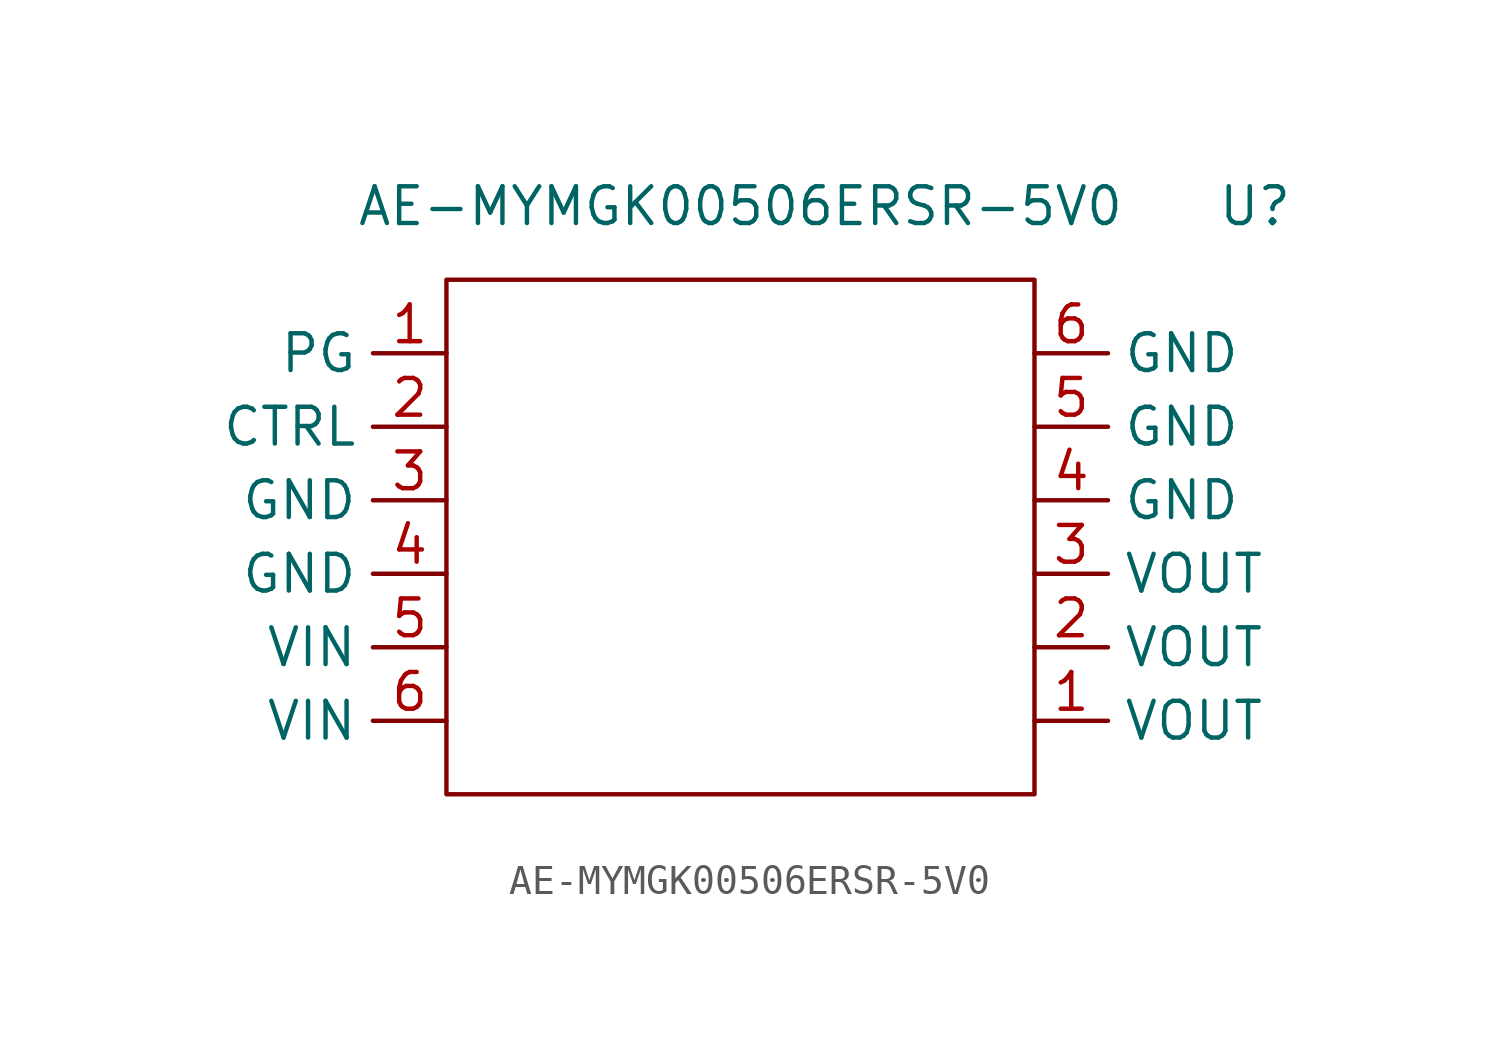
<source format=kicad_sym>
(kicad_symbol_lib
  (version 20211014)
  (generator kicad_symbol_editor)
  (symbol "AE-MYMGK00506ERSR-5V0"
    (property "Reference" "U"
      (at 17.78 15.24 0)
      (effects (font (size 1.27 1.27))))
    (property "Value" "AE-MYMGK00506ERSR-5V0"
      (at 0 15.24 0)
      (effects (font (size 1.27 1.27))))
    (symbol "AE-MYMGK00506ERSR-5V0_0_1"
      (rectangle (start -10.16 12.7) (end 10.16 -5.08) (stroke (width 0) (type default) (color 0 0 0 0)) (fill (type none))))
    (symbol "AE-MYMGK00506ERSR-5V0_1_1"
      (pin input line (at -10.16 10.16 180) (length 2.54) (name "PG" (effects (font (size 1.27 1.27)))) (number "1" (effects (font (size 1.27 1.27)))))
      (pin power_out line (at 10.16 -2.54 0) (length 2.54) (name "VOUT" (effects (font (size 1.27 1.27)))) (number "1" (effects (font (size 1.27 1.27)))))
      (pin input line (at -10.16 7.62 180) (length 2.54) (name "CTRL" (effects (font (size 1.27 1.27)))) (number "2" (effects (font (size 1.27 1.27)))))
      (pin power_out line (at 10.16 0 0) (length 2.54) (name "VOUT" (effects (font (size 1.27 1.27)))) (number "2" (effects (font (size 1.27 1.27)))))
      (pin power_in line (at -10.16 5.08 180) (length 2.54) (name "GND" (effects (font (size 1.27 1.27)))) (number "3" (effects (font (size 1.27 1.27)))))
      (pin power_out line (at 10.16 2.54 0) (length 2.54) (name "VOUT" (effects (font (size 1.27 1.27)))) (number "3" (effects (font (size 1.27 1.27)))))
      (pin power_in line (at -10.16 2.54 180) (length 2.54) (name "GND" (effects (font (size 1.27 1.27)))) (number "4" (effects (font (size 1.27 1.27)))))
      (pin power_in line (at 10.16 5.08 0) (length 2.54) (name "GND" (effects (font (size 1.27 1.27)))) (number "4" (effects (font (size 1.27 1.27)))))
      (pin power_in line (at 10.16 7.62 0) (length 2.54) (name "GND" (effects (font (size 1.27 1.27)))) (number "5" (effects (font (size 1.27 1.27)))))
      (pin power_in line (at -10.16 0 180) (length 2.54) (name "VIN" (effects (font (size 1.27 1.27)))) (number "5" (effects (font (size 1.27 1.27)))))
      (pin power_in line (at 10.16 10.16 0) (length 2.54) (name "GND" (effects (font (size 1.27 1.27)))) (number "6" (effects (font (size 1.27 1.27)))))
      (pin power_in line (at -10.16 -2.54 180) (length 2.54) (name "VIN" (effects (font (size 1.27 1.27)))) (number "6" (effects (font (size 1.27 1.27))))))))
</source>
